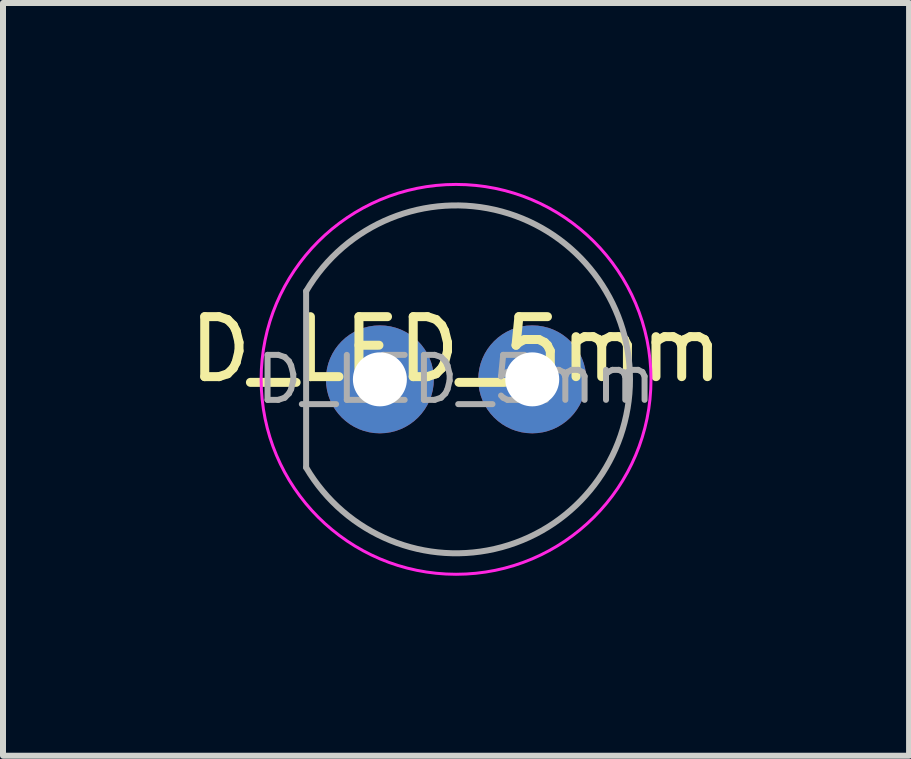
<source format=kicad_pcb>
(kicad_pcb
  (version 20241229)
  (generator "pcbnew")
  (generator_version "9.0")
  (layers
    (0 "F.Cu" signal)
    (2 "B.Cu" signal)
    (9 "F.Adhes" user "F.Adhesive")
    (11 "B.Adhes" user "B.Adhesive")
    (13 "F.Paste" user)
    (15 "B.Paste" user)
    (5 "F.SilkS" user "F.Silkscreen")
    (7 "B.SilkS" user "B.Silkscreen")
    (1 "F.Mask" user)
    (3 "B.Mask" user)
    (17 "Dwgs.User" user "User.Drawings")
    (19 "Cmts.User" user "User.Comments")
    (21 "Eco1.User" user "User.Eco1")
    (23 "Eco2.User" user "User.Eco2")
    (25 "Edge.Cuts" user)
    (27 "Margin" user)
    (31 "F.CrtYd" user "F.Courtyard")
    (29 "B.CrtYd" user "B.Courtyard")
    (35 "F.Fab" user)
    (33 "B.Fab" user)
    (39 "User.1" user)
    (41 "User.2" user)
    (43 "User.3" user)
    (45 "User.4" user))
  (footprint "D_LED_5mm"
    (layer "F.Cu")
    (at 4.554 3.275)
    (property "Reference" "D_LED_5mm" (at 0 -0.5 0) (unlocked yes) (layer "F.SilkS") (effects (font (size 1 1) (thickness 0.15))))
    (attr through_hole)
    (fp_circle (center 0 0) (end 0.005 -3.25) (stroke (width 0.05) (type default)) (fill no) (layer "F.CrtYd"))
    (fp_line (start -2.5 -1.47) (end -2.5 1.47) (stroke (width 0.1) (type solid)) (layer "F.Fab"))
    (fp_arc (start -2.5 -1.469694) (mid 2.9 0.000016) (end -2.500016 1.469666) (stroke (width 0.1) (type solid)) (layer "F.Fab"))
    (fp_text user "${REFERENCE}" (at 0 0 0) (layer "F.Fab") (effects (font (size 0.75 0.75) (thickness 0.1))))
    (pad "1" thru_hole circle (at -1.27 0) (size 1.8 1.8) (drill 0.9) (layers "*.Cu" "*.Mask"))
    (pad "2" thru_hole circle (at 1.27 0) (size 1.8 1.8) (drill 0.9) (layers "*.Cu" "*.Mask")))
  (gr_rect
    (start -3 -3)
    (end 12.107 9.55)
    (stroke (width 0.1) (type default))
    (fill no)
    (layer "Edge.Cuts")))
</source>
